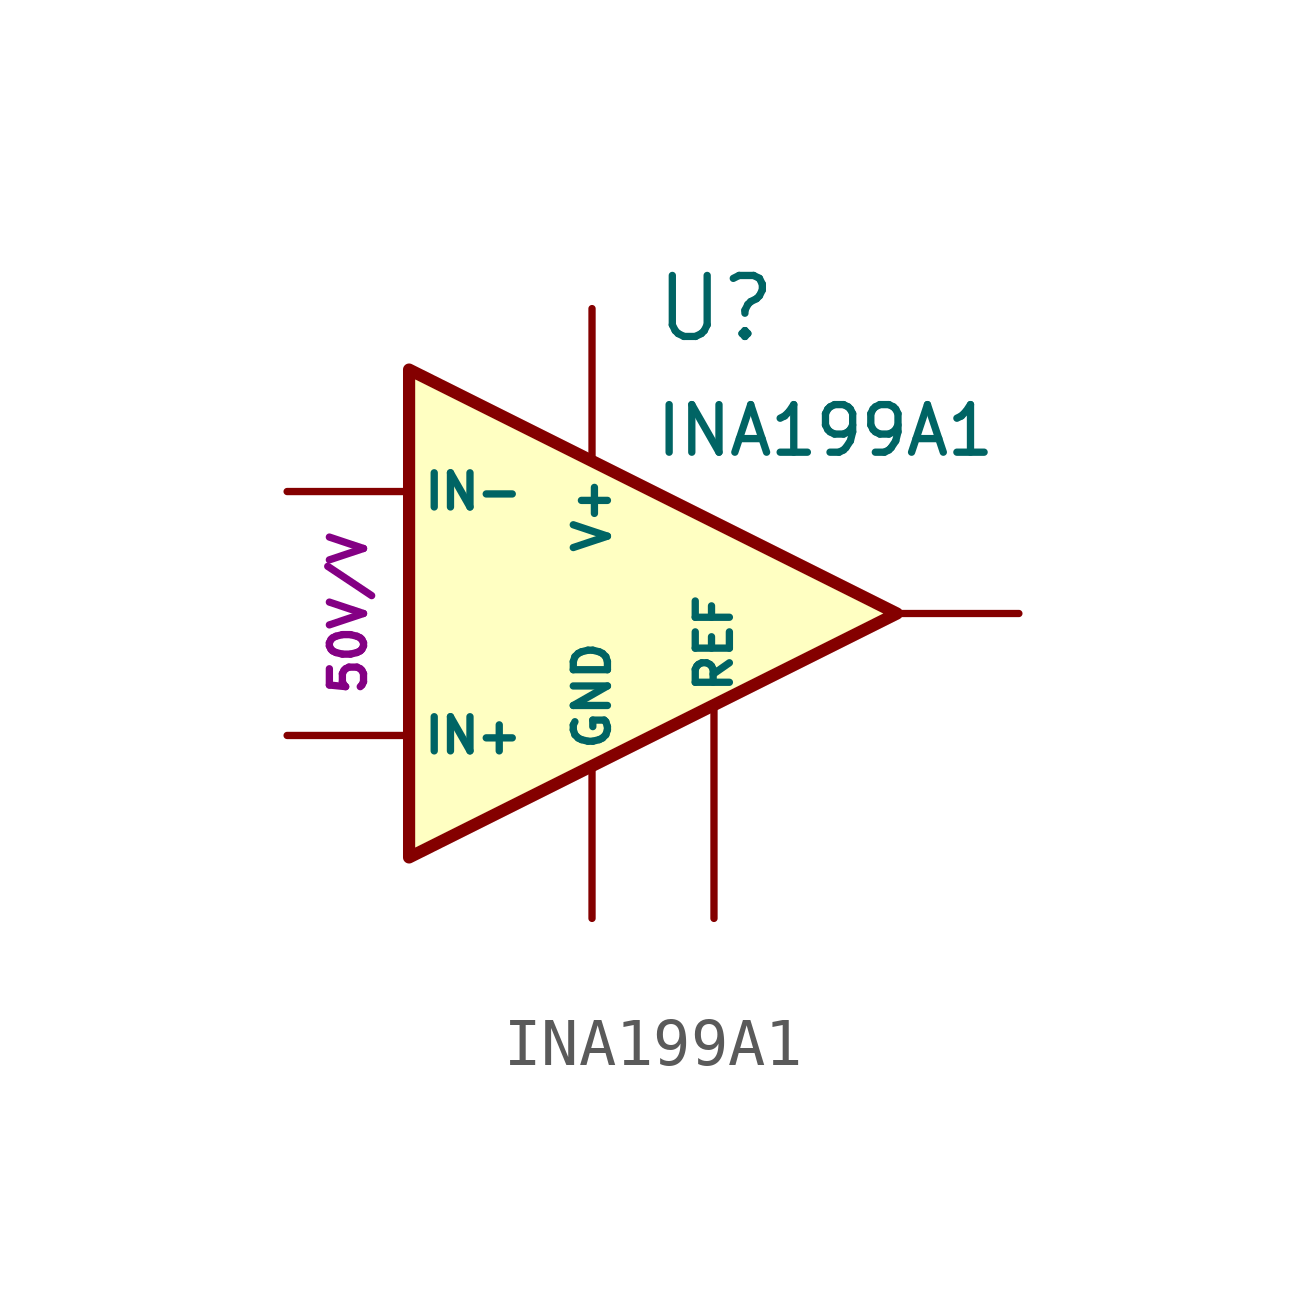
<source format=kicad_sym>
(kicad_symbol_lib
  (version 20211014)
  (generator kicad_symbol_editor)
  (symbol "INA199A1"
    (pin_numbers hide)
    (pin_names
      (offset 0.254))
    (property "Reference" "U"
      (at 1.27 6.35 0)
      (effects (font (size 1.27 1.27)) (justify left)))
    (property "Value" "INA199A1"
      (at 1.27 3.81 0)
      (effects (font (size 0.991 0.991)) (justify left)))
    (property "Gain" "50V/V"
      (at -5.08 0 90)
      (effects (font (size 0.711 0.711))))
    (symbol "INA199A1_1_1"
      (polyline (pts (xy 6.35 0) (xy -3.81 5.08) (xy -3.81 -5.08) (xy 6.35 0)) (stroke (width 0.254) (type default) (color 0 0 0 0)) (fill (type background)))
      (pin passive line (at 2.54 -6.35 90) (length 4.394) (name "REF" (effects (font (size 0.711 0.711)))) (number "1" (effects (font (size 1.27 1.27)))))
      (pin power_in line (at 0 -6.35 90) (length 3.2) (name "GND" (effects (font (size 0.711 0.711)))) (number "2" (effects (font (size 1.27 1.27)))))
      (pin power_in line (at 0 6.35 270) (length 3.2) (name "V+" (effects (font (size 0.711 0.711)))) (number "3" (effects (font (size 1.27 1.27)))))
      (pin input line (at -6.35 -2.54 0) (length 2.54) (name "IN+" (effects (font (size 0.711 0.711)))) (number "4" (effects (font (size 1.27 1.27)))))
      (pin input line (at -6.35 2.54 0) (length 2.54) (name "IN-" (effects (font (size 0.711 0.711)))) (number "5" (effects (font (size 1.27 1.27)))))
      (pin output line (at 8.89 0 180) (length 2.54) (name "~" (effects (font (size 0.711 0.711)))) (number "6" (effects (font (size 1.27 1.27))))))))
</source>
